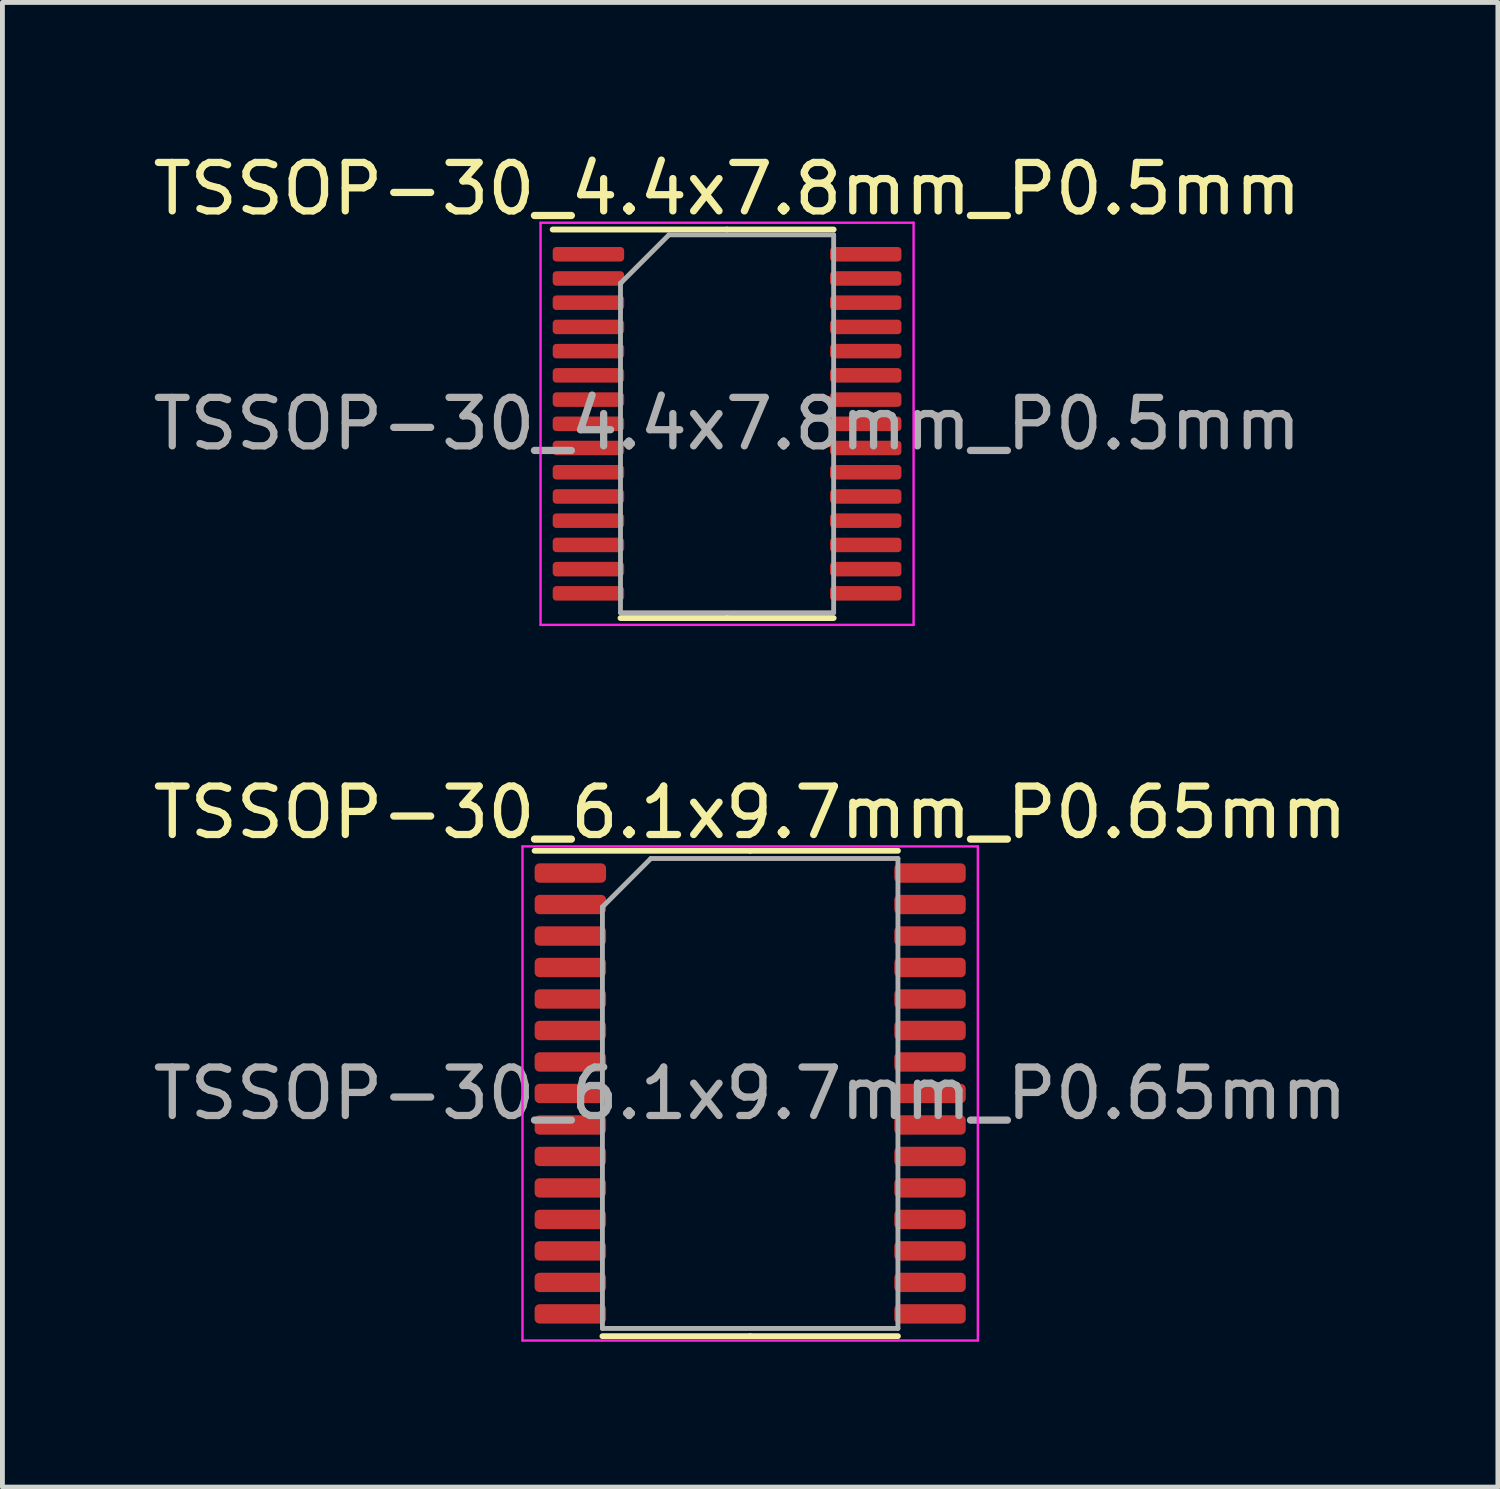
<source format=kicad_pcb>
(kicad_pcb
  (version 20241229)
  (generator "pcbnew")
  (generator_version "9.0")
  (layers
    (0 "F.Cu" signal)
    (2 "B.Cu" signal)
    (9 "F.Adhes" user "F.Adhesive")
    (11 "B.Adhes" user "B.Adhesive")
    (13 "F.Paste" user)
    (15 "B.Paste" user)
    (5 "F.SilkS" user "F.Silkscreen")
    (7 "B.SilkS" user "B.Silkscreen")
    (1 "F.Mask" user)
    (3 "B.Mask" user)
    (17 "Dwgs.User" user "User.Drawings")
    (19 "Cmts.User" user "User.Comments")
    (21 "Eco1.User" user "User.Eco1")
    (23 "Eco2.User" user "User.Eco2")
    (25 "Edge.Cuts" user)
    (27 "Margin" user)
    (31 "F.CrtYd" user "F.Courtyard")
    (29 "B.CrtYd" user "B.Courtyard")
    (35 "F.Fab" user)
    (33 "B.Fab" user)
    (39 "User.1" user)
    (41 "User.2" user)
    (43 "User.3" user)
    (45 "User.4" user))
  (footprint "TSSOP-30_4.4x7.8mm_P0.5mm"
    (layer "F.Cu")
    (at 11.958 5.698)
    (property "Reference" "TSSOP-30_4.4x7.8mm_P0.5mm" (at 0 -4.85 0) (layer "F.SilkS") (effects (font (size 1 1) (thickness 0.15))))
    (attr smd)
    (fp_line (start 0 -4.01) (end -3.6 -4.01) (stroke (width 0.12) (type solid)) (layer "F.SilkS"))
    (fp_line (start 0 -4.01) (end 2.2 -4.01) (stroke (width 0.12) (type solid)) (layer "F.SilkS"))
    (fp_line (start 0 4.01) (end -2.2 4.01) (stroke (width 0.12) (type solid)) (layer "F.SilkS"))
    (fp_line (start 0 4.01) (end 2.2 4.01) (stroke (width 0.12) (type solid)) (layer "F.SilkS"))
    (fp_line (start -3.85 -4.15) (end -3.85 4.15) (stroke (width 0.05) (type solid)) (layer "F.CrtYd"))
    (fp_line (start -3.85 4.15) (end 3.85 4.15) (stroke (width 0.05) (type solid)) (layer "F.CrtYd"))
    (fp_line (start 3.85 -4.15) (end -3.85 -4.15) (stroke (width 0.05) (type solid)) (layer "F.CrtYd"))
    (fp_line (start 3.85 4.15) (end 3.85 -4.15) (stroke (width 0.05) (type solid)) (layer "F.CrtYd"))
    (fp_line (start -2.2 -2.9) (end -1.2 -3.9) (stroke (width 0.1) (type solid)) (layer "F.Fab"))
    (fp_line (start -2.2 3.9) (end -2.2 -2.9) (stroke (width 0.1) (type solid)) (layer "F.Fab"))
    (fp_line (start -1.2 -3.9) (end 2.2 -3.9) (stroke (width 0.1) (type solid)) (layer "F.Fab"))
    (fp_line (start 2.2 -3.9) (end 2.2 3.9) (stroke (width 0.1) (type solid)) (layer "F.Fab"))
    (fp_line (start 2.2 3.9) (end -2.2 3.9) (stroke (width 0.1) (type solid)) (layer "F.Fab"))
    (fp_text user "${REFERENCE}" (at 0 0 0) (layer "F.Fab") (effects (font (size 1 1) (thickness 0.15))))
    (pad "1" smd roundrect (at -2.862 -3.5) (size 1.475 0.3) (layers "F.Cu" "F.Mask" "F.Paste") (roundrect_rratio 0.25))
    (pad "2" smd roundrect (at -2.862 -3) (size 1.475 0.3) (layers "F.Cu" "F.Mask" "F.Paste") (roundrect_rratio 0.25))
    (pad "3" smd roundrect (at -2.862 -2.5) (size 1.475 0.3) (layers "F.Cu" "F.Mask" "F.Paste") (roundrect_rratio 0.25))
    (pad "4" smd roundrect (at -2.862 -2) (size 1.475 0.3) (layers "F.Cu" "F.Mask" "F.Paste") (roundrect_rratio 0.25))
    (pad "5" smd roundrect (at -2.862 -1.5) (size 1.475 0.3) (layers "F.Cu" "F.Mask" "F.Paste") (roundrect_rratio 0.25))
    (pad "6" smd roundrect (at -2.862 -1) (size 1.475 0.3) (layers "F.Cu" "F.Mask" "F.Paste") (roundrect_rratio 0.25))
    (pad "7" smd roundrect (at -2.862 -0.5) (size 1.475 0.3) (layers "F.Cu" "F.Mask" "F.Paste") (roundrect_rratio 0.25))
    (pad "8" smd roundrect (at -2.862 0) (size 1.475 0.3) (layers "F.Cu" "F.Mask" "F.Paste") (roundrect_rratio 0.25))
    (pad "9" smd roundrect (at -2.862 0.5) (size 1.475 0.3) (layers "F.Cu" "F.Mask" "F.Paste") (roundrect_rratio 0.25))
    (pad "10" smd roundrect (at -2.862 1) (size 1.475 0.3) (layers "F.Cu" "F.Mask" "F.Paste") (roundrect_rratio 0.25))
    (pad "11" smd roundrect (at -2.862 1.5) (size 1.475 0.3) (layers "F.Cu" "F.Mask" "F.Paste") (roundrect_rratio 0.25))
    (pad "12" smd roundrect (at -2.862 2) (size 1.475 0.3) (layers "F.Cu" "F.Mask" "F.Paste") (roundrect_rratio 0.25))
    (pad "13" smd roundrect (at -2.862 2.5) (size 1.475 0.3) (layers "F.Cu" "F.Mask" "F.Paste") (roundrect_rratio 0.25))
    (pad "14" smd roundrect (at -2.862 3) (size 1.475 0.3) (layers "F.Cu" "F.Mask" "F.Paste") (roundrect_rratio 0.25))
    (pad "15" smd roundrect (at -2.862 3.5) (size 1.475 0.3) (layers "F.Cu" "F.Mask" "F.Paste") (roundrect_rratio 0.25))
    (pad "16" smd roundrect (at 2.862 3.5) (size 1.475 0.3) (layers "F.Cu" "F.Mask" "F.Paste") (roundrect_rratio 0.25))
    (pad "17" smd roundrect (at 2.862 3) (size 1.475 0.3) (layers "F.Cu" "F.Mask" "F.Paste") (roundrect_rratio 0.25))
    (pad "18" smd roundrect (at 2.862 2.5) (size 1.475 0.3) (layers "F.Cu" "F.Mask" "F.Paste") (roundrect_rratio 0.25))
    (pad "19" smd roundrect (at 2.862 2) (size 1.475 0.3) (layers "F.Cu" "F.Mask" "F.Paste") (roundrect_rratio 0.25))
    (pad "20" smd roundrect (at 2.862 1.5) (size 1.475 0.3) (layers "F.Cu" "F.Mask" "F.Paste") (roundrect_rratio 0.25))
    (pad "21" smd roundrect (at 2.862 1) (size 1.475 0.3) (layers "F.Cu" "F.Mask" "F.Paste") (roundrect_rratio 0.25))
    (pad "22" smd roundrect (at 2.862 0.5) (size 1.475 0.3) (layers "F.Cu" "F.Mask" "F.Paste") (roundrect_rratio 0.25))
    (pad "23" smd roundrect (at 2.862 0) (size 1.475 0.3) (layers "F.Cu" "F.Mask" "F.Paste") (roundrect_rratio 0.25))
    (pad "24" smd roundrect (at 2.862 -0.5) (size 1.475 0.3) (layers "F.Cu" "F.Mask" "F.Paste") (roundrect_rratio 0.25))
    (pad "25" smd roundrect (at 2.862 -1) (size 1.475 0.3) (layers "F.Cu" "F.Mask" "F.Paste") (roundrect_rratio 0.25))
    (pad "26" smd roundrect (at 2.862 -1.5) (size 1.475 0.3) (layers "F.Cu" "F.Mask" "F.Paste") (roundrect_rratio 0.25))
    (pad "27" smd roundrect (at 2.862 -2) (size 1.475 0.3) (layers "F.Cu" "F.Mask" "F.Paste") (roundrect_rratio 0.25))
    (pad "28" smd roundrect (at 2.862 -2.5) (size 1.475 0.3) (layers "F.Cu" "F.Mask" "F.Paste") (roundrect_rratio 0.25))
    (pad "29" smd roundrect (at 2.862 -3) (size 1.475 0.3) (layers "F.Cu" "F.Mask" "F.Paste") (roundrect_rratio 0.25))
    (pad "30" smd roundrect (at 2.862 -3.5) (size 1.475 0.3) (layers "F.Cu" "F.Mask" "F.Paste") (roundrect_rratio 0.25)))
  (footprint "TSSOP-30_6.1x9.7mm_P0.65mm"
    (layer "F.Cu")
    (at 12.435 19.521)
    (property "Reference" "TSSOP-30_6.1x9.7mm_P0.65mm" (at 0 -5.8 0) (layer "F.SilkS") (effects (font (size 1 1) (thickness 0.15))))
    (attr smd)
    (fp_line (start 0 -5.01) (end -4.45 -5.01) (stroke (width 0.12) (type solid)) (layer "F.SilkS"))
    (fp_line (start 0 -5.01) (end 3.05 -5.01) (stroke (width 0.12) (type solid)) (layer "F.SilkS"))
    (fp_line (start 0 5.01) (end -3.05 5.01) (stroke (width 0.12) (type solid)) (layer "F.SilkS"))
    (fp_line (start 0 5.01) (end 3.05 5.01) (stroke (width 0.12) (type solid)) (layer "F.SilkS"))
    (fp_line (start -4.7 -5.1) (end -4.7 5.1) (stroke (width 0.05) (type solid)) (layer "F.CrtYd"))
    (fp_line (start -4.7 5.1) (end 4.7 5.1) (stroke (width 0.05) (type solid)) (layer "F.CrtYd"))
    (fp_line (start 4.7 -5.1) (end -4.7 -5.1) (stroke (width 0.05) (type solid)) (layer "F.CrtYd"))
    (fp_line (start 4.7 5.1) (end 4.7 -5.1) (stroke (width 0.05) (type solid)) (layer "F.CrtYd"))
    (fp_line (start -3.05 -3.85) (end -2.05 -4.85) (stroke (width 0.1) (type solid)) (layer "F.Fab"))
    (fp_line (start -3.05 4.85) (end -3.05 -3.85) (stroke (width 0.1) (type solid)) (layer "F.Fab"))
    (fp_line (start -2.05 -4.85) (end 3.05 -4.85) (stroke (width 0.1) (type solid)) (layer "F.Fab"))
    (fp_line (start 3.05 -4.85) (end 3.05 4.85) (stroke (width 0.1) (type solid)) (layer "F.Fab"))
    (fp_line (start 3.05 4.85) (end -3.05 4.85) (stroke (width 0.1) (type solid)) (layer "F.Fab"))
    (fp_text user "${REFERENCE}" (at 0 0 0) (layer "F.Fab") (effects (font (size 1 1) (thickness 0.15))))
    (pad "1" smd roundrect (at -3.712 -4.55) (size 1.475 0.4) (layers "F.Cu" "F.Mask" "F.Paste") (roundrect_rratio 0.25))
    (pad "2" smd roundrect (at -3.712 -3.9) (size 1.475 0.4) (layers "F.Cu" "F.Mask" "F.Paste") (roundrect_rratio 0.25))
    (pad "3" smd roundrect (at -3.712 -3.25) (size 1.475 0.4) (layers "F.Cu" "F.Mask" "F.Paste") (roundrect_rratio 0.25))
    (pad "4" smd roundrect (at -3.712 -2.6) (size 1.475 0.4) (layers "F.Cu" "F.Mask" "F.Paste") (roundrect_rratio 0.25))
    (pad "5" smd roundrect (at -3.712 -1.95) (size 1.475 0.4) (layers "F.Cu" "F.Mask" "F.Paste") (roundrect_rratio 0.25))
    (pad "6" smd roundrect (at -3.712 -1.3) (size 1.475 0.4) (layers "F.Cu" "F.Mask" "F.Paste") (roundrect_rratio 0.25))
    (pad "7" smd roundrect (at -3.712 -0.65) (size 1.475 0.4) (layers "F.Cu" "F.Mask" "F.Paste") (roundrect_rratio 0.25))
    (pad "8" smd roundrect (at -3.712 0) (size 1.475 0.4) (layers "F.Cu" "F.Mask" "F.Paste") (roundrect_rratio 0.25))
    (pad "9" smd roundrect (at -3.712 0.65) (size 1.475 0.4) (layers "F.Cu" "F.Mask" "F.Paste") (roundrect_rratio 0.25))
    (pad "10" smd roundrect (at -3.712 1.3) (size 1.475 0.4) (layers "F.Cu" "F.Mask" "F.Paste") (roundrect_rratio 0.25))
    (pad "11" smd roundrect (at -3.712 1.95) (size 1.475 0.4) (layers "F.Cu" "F.Mask" "F.Paste") (roundrect_rratio 0.25))
    (pad "12" smd roundrect (at -3.712 2.6) (size 1.475 0.4) (layers "F.Cu" "F.Mask" "F.Paste") (roundrect_rratio 0.25))
    (pad "13" smd roundrect (at -3.712 3.25) (size 1.475 0.4) (layers "F.Cu" "F.Mask" "F.Paste") (roundrect_rratio 0.25))
    (pad "14" smd roundrect (at -3.712 3.9) (size 1.475 0.4) (layers "F.Cu" "F.Mask" "F.Paste") (roundrect_rratio 0.25))
    (pad "15" smd roundrect (at -3.712 4.55) (size 1.475 0.4) (layers "F.Cu" "F.Mask" "F.Paste") (roundrect_rratio 0.25))
    (pad "16" smd roundrect (at 3.712 4.55) (size 1.475 0.4) (layers "F.Cu" "F.Mask" "F.Paste") (roundrect_rratio 0.25))
    (pad "17" smd roundrect (at 3.712 3.9) (size 1.475 0.4) (layers "F.Cu" "F.Mask" "F.Paste") (roundrect_rratio 0.25))
    (pad "18" smd roundrect (at 3.712 3.25) (size 1.475 0.4) (layers "F.Cu" "F.Mask" "F.Paste") (roundrect_rratio 0.25))
    (pad "19" smd roundrect (at 3.712 2.6) (size 1.475 0.4) (layers "F.Cu" "F.Mask" "F.Paste") (roundrect_rratio 0.25))
    (pad "20" smd roundrect (at 3.712 1.95) (size 1.475 0.4) (layers "F.Cu" "F.Mask" "F.Paste") (roundrect_rratio 0.25))
    (pad "21" smd roundrect (at 3.712 1.3) (size 1.475 0.4) (layers "F.Cu" "F.Mask" "F.Paste") (roundrect_rratio 0.25))
    (pad "22" smd roundrect (at 3.712 0.65) (size 1.475 0.4) (layers "F.Cu" "F.Mask" "F.Paste") (roundrect_rratio 0.25))
    (pad "23" smd roundrect (at 3.712 0) (size 1.475 0.4) (layers "F.Cu" "F.Mask" "F.Paste") (roundrect_rratio 0.25))
    (pad "24" smd roundrect (at 3.712 -0.65) (size 1.475 0.4) (layers "F.Cu" "F.Mask" "F.Paste") (roundrect_rratio 0.25))
    (pad "25" smd roundrect (at 3.712 -1.3) (size 1.475 0.4) (layers "F.Cu" "F.Mask" "F.Paste") (roundrect_rratio 0.25))
    (pad "26" smd roundrect (at 3.712 -1.95) (size 1.475 0.4) (layers "F.Cu" "F.Mask" "F.Paste") (roundrect_rratio 0.25))
    (pad "27" smd roundrect (at 3.712 -2.6) (size 1.475 0.4) (layers "F.Cu" "F.Mask" "F.Paste") (roundrect_rratio 0.25))
    (pad "28" smd roundrect (at 3.712 -3.25) (size 1.475 0.4) (layers "F.Cu" "F.Mask" "F.Paste") (roundrect_rratio 0.25))
    (pad "29" smd roundrect (at 3.712 -3.9) (size 1.475 0.4) (layers "F.Cu" "F.Mask" "F.Paste") (roundrect_rratio 0.25))
    (pad "30" smd roundrect (at 3.712 -4.55) (size 1.475 0.4) (layers "F.Cu" "F.Mask" "F.Paste") (roundrect_rratio 0.25)))
  (gr_rect
    (start -3 -3)
    (end 27.869 27.646)
    (stroke (width 0.1) (type default))
    (fill no)
    (layer "Edge.Cuts")))
</source>
